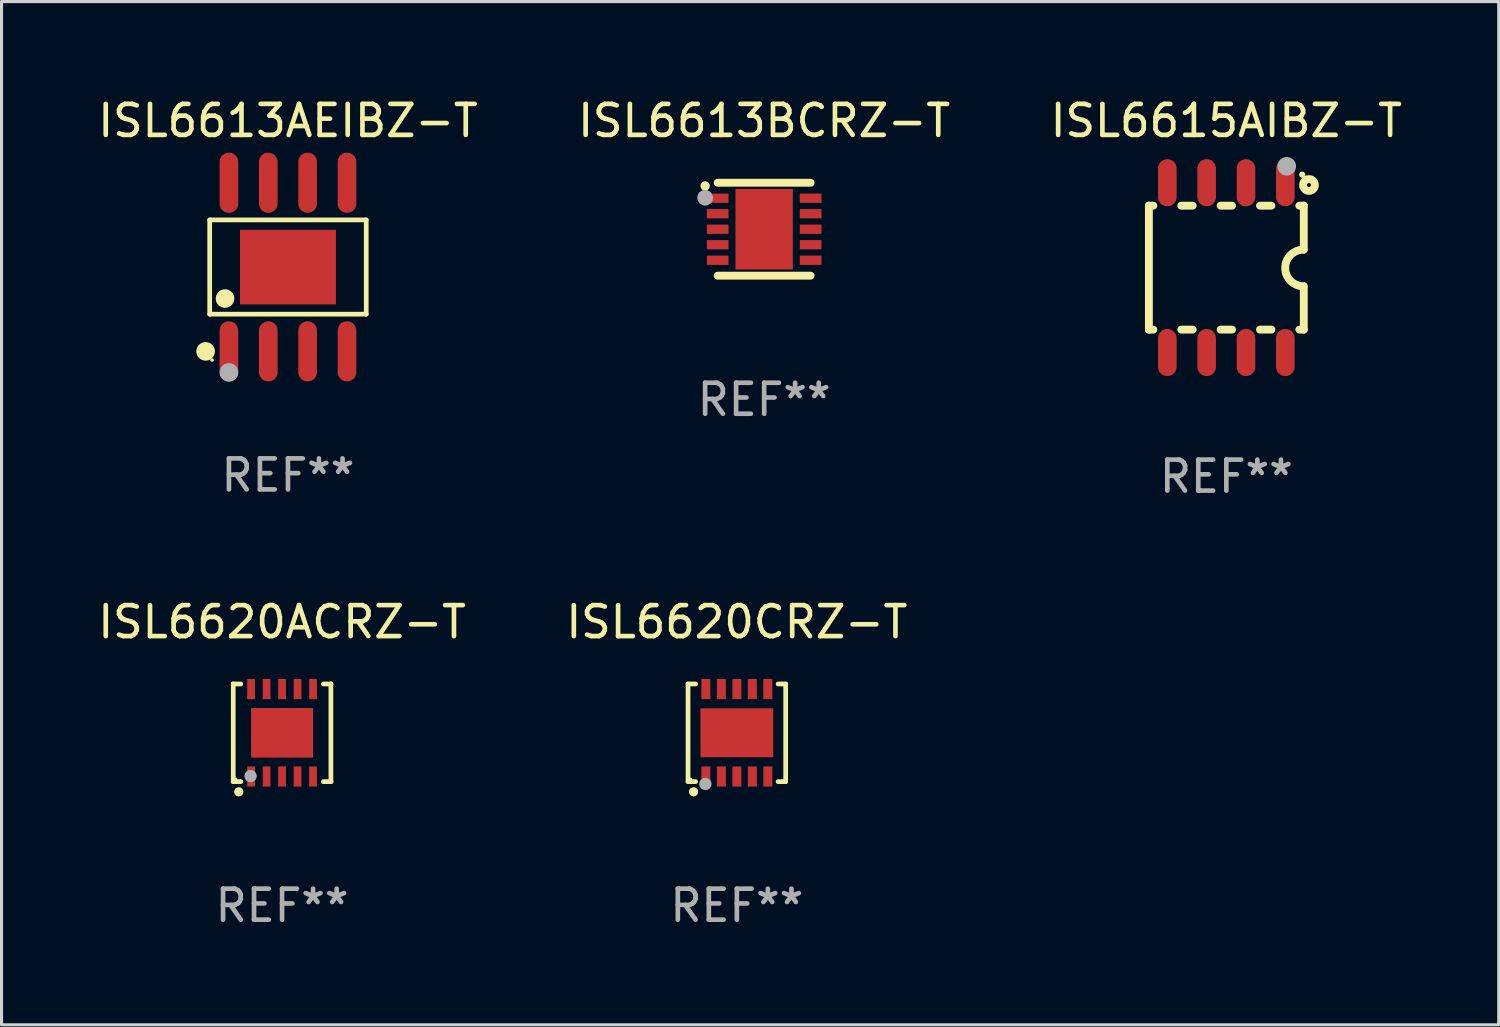
<source format=kicad_pcb>
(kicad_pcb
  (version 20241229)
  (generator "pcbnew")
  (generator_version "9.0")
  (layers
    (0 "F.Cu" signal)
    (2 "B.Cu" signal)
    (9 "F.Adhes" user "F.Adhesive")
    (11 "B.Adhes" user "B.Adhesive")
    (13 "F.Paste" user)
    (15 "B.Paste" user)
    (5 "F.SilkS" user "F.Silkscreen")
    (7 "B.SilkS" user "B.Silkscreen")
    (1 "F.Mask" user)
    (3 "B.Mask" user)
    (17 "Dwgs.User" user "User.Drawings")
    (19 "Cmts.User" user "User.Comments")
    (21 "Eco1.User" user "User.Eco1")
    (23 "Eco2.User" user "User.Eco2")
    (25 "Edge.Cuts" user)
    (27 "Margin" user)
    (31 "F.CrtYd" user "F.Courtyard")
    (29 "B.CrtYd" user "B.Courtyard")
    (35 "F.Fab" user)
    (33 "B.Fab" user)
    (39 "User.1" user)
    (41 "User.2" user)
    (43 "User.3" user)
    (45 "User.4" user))
  (footprint "ISL6620CRZ-T"
    (layer "F.Cu")
    (at 20.732 20.601)
    (property "Reference" "ISL6620CRZ-T" (at 0 -3.576 0) (layer "F.SilkS") (effects (font (size 1 1) (thickness 0.15))))
    (attr through_hole)
    (fp_line (start -1.576 -1.576) (end -1.331 -1.576) (stroke (width 0.152) (type solid)) (layer "F.SilkS"))
    (fp_line (start -1.576 1.576) (end -1.576 -1.576) (stroke (width 0.152) (type solid)) (layer "F.SilkS"))
    (fp_line (start -1.331 1.576) (end -1.576 1.576) (stroke (width 0.152) (type solid)) (layer "F.SilkS"))
    (fp_line (start 1.331 1.576) (end 1.576 1.576) (stroke (width 0.152) (type solid)) (layer "F.SilkS"))
    (fp_line (start 1.576 -1.576) (end 1.331 -1.576) (stroke (width 0.152) (type solid)) (layer "F.SilkS"))
    (fp_line (start 1.576 1.576) (end 1.576 -1.576) (stroke (width 0.152) (type solid)) (layer "F.SilkS"))
    (fp_circle (center -1.5 1.5) (end -1.47 1.5) (stroke (width 0.06) (type solid)) (fill no) (layer "F.SilkS"))
    (fp_circle (center -1.397 1.905) (end -1.322 1.905) (stroke (width 0.15) (type solid)) (fill no) (layer "F.SilkS"))
    (fp_circle (center -1.016 1.651) (end -0.916 1.651) (stroke (width 0.2) (type solid)) (fill no) (layer "F.Fab"))
    (fp_text user "REF**" (at 0 5.576 0) (layer "F.Fab") (effects (font (size 1 1) (thickness 0.15))))
    (pad "1" smd rect (at -1 1.411) (size 0.29 0.65) (layers "F.Cu" "F.Mask" "F.Paste"))
    (pad "2" smd rect (at -0.5 1.411) (size 0.29 0.65) (layers "F.Cu" "F.Mask" "F.Paste"))
    (pad "3" smd rect (at 0 1.411) (size 0.29 0.65) (layers "F.Cu" "F.Mask" "F.Paste"))
    (pad "4" smd rect (at 0.5 1.411) (size 0.29 0.65) (layers "F.Cu" "F.Mask" "F.Paste"))
    (pad "5" smd rect (at 1 1.411) (size 0.29 0.65) (layers "F.Cu" "F.Mask" "F.Paste"))
    (pad "6" smd rect (at 1 -1.411) (size 0.29 0.65) (layers "F.Cu" "F.Mask" "F.Paste"))
    (pad "7" smd rect (at 0.5 -1.411) (size 0.29 0.65) (layers "F.Cu" "F.Mask" "F.Paste"))
    (pad "8" smd rect (at 0 -1.411) (size 0.29 0.65) (layers "F.Cu" "F.Mask" "F.Paste"))
    (pad "9" smd rect (at -0.5 -1.411) (size 0.29 0.65) (layers "F.Cu" "F.Mask" "F.Paste"))
    (pad "10" smd rect (at -1 -1.411) (size 0.29 0.65) (layers "F.Cu" "F.Mask" "F.Paste"))
    (pad "11" smd rect (at 0 0) (size 2.35 1.58) (layers "F.Cu" "F.Mask" "F.Paste")))
  (footprint "ISL6615AIBZ-T"
    (layer "F.Cu")
    (at 36.53 5.588)
    (property "Reference" "ISL6615AIBZ-T" (at 0 -4.74 0) (layer "F.SilkS") (effects (font (size 1 1) (thickness 0.15))))
    (attr through_hole)
    (fp_line (start -2.5 2) (end -2.5 -2) (stroke (width 0.254) (type solid)) (layer "F.SilkS"))
    (fp_line (start -2.356 -2) (end -2.5 -2) (stroke (width 0.254) (type solid)) (layer "F.SilkS"))
    (fp_line (start -2.356 2) (end -2.5 2) (stroke (width 0.254) (type solid)) (layer "F.SilkS"))
    (fp_line (start -1.086 -2) (end -1.454 -2) (stroke (width 0.254) (type solid)) (layer "F.SilkS"))
    (fp_line (start -1.086 2) (end -1.454 2) (stroke (width 0.254) (type solid)) (layer "F.SilkS"))
    (fp_line (start 0.184 -2) (end -0.184 -2) (stroke (width 0.254) (type solid)) (layer "F.SilkS"))
    (fp_line (start 0.184 2) (end -0.184 2) (stroke (width 0.254) (type solid)) (layer "F.SilkS"))
    (fp_line (start 1.454 -2) (end 1.086 -2) (stroke (width 0.254) (type solid)) (layer "F.SilkS"))
    (fp_line (start 1.454 2) (end 1.086 2) (stroke (width 0.254) (type solid)) (layer "F.SilkS"))
    (fp_line (start 2.5 -2) (end 2.356 -2) (stroke (width 0.254) (type solid)) (layer "F.SilkS"))
    (fp_line (start 2.5 -0.58) (end 2.5 -2) (stroke (width 0.254) (type solid)) (layer "F.SilkS"))
    (fp_line (start 2.5 2) (end 2.356 2) (stroke (width 0.254) (type solid)) (layer "F.SilkS"))
    (fp_line (start 2.5 2) (end 2.5 0.6) (stroke (width 0.254) (type solid)) (layer "F.SilkS"))
    (fp_arc (start 2.489992 0.600051) (mid 1.901674 0.010046) (end 2.489992 -0.579959) (stroke (width 0.254001) (type solid)) (layer "F.SilkS"))
    (fp_circle (center 2.45 -3) (end 2.5 -3) (stroke (width 0.1) (type solid)) (fill no) (layer "F.SilkS"))
    (fp_circle (center 2.667 -2.667) (end 2.858 -2.667) (stroke (width 0.254) (type solid)) (fill no) (layer "F.SilkS"))
    (fp_circle (center 1.95 -3.27) (end 2.1 -3.27) (stroke (width 0.3) (type solid)) (fill no) (layer "F.Fab"))
    (fp_text user "REF**" (at 0 6.74 0) (layer "F.Fab") (effects (font (size 1 1) (thickness 0.15))))
    (pad "1" smd oval (at 1.905 -2.74) (size 0.6 1.52) (layers "F.Cu" "F.Mask" "F.Paste"))
    (pad "2" smd oval (at 0.635 -2.74) (size 0.6 1.52) (layers "F.Cu" "F.Mask" "F.Paste"))
    (pad "3" smd oval (at -0.635 -2.74) (size 0.6 1.52) (layers "F.Cu" "F.Mask" "F.Paste"))
    (pad "4" smd oval (at -1.905 -2.74) (size 0.6 1.52) (layers "F.Cu" "F.Mask" "F.Paste"))
    (pad "5" smd oval (at -1.905 2.74) (size 0.6 1.52) (layers "F.Cu" "F.Mask" "F.Paste"))
    (pad "6" smd oval (at -0.635 2.74) (size 0.6 1.52) (layers "F.Cu" "F.Mask" "F.Paste"))
    (pad "7" smd oval (at 0.635 2.74) (size 0.6 1.52) (layers "F.Cu" "F.Mask" "F.Paste"))
    (pad "8" smd oval (at 1.905 2.74) (size 0.6 1.52) (layers "F.Cu" "F.Mask" "F.Paste")))
  (footprint "ISL6613AEIBZ-T"
    (layer "F.Cu")
    (at 6.244 5.569)
    (property "Reference" "ISL6613AEIBZ-T" (at 0 -4.721 0) (layer "F.SilkS") (effects (font (size 1 1) (thickness 0.15))))
    (attr through_hole)
    (fp_line (start -2.526 -1.521) (end 2.526 -1.521) (stroke (width 0.152) (type solid)) (layer "F.SilkS"))
    (fp_line (start -2.526 1.521) (end -2.526 -1.521) (stroke (width 0.152) (type solid)) (layer "F.SilkS"))
    (fp_line (start 2.526 -1.521) (end 2.526 1.521) (stroke (width 0.152) (type solid)) (layer "F.SilkS"))
    (fp_line (start 2.526 1.521) (end -2.526 1.521) (stroke (width 0.152) (type solid)) (layer "F.SilkS"))
    (fp_circle (center -2.658 2.721) (end -2.508 2.721) (stroke (width 0.3) (type solid)) (fill no) (layer "F.SilkS"))
    (fp_circle (center -2.45 3) (end -2.42 3) (stroke (width 0.06) (type solid)) (fill no) (layer "F.SilkS"))
    (fp_circle (center -2.032 1.016) (end -1.882 1.016) (stroke (width 0.3) (type solid)) (fill no) (layer "F.SilkS"))
    (fp_circle (center -1.905 3.4) (end -1.755 3.4) (stroke (width 0.3) (type solid)) (fill no) (layer "F.Fab"))
    (fp_text user "REF**" (at 0 6.721 0) (layer "F.Fab") (effects (font (size 1 1) (thickness 0.15))))
    (pad "1" smd oval (at -1.905 2.721) (size 0.602 1.941) (layers "F.Cu" "F.Mask" "F.Paste"))
    (pad "2" smd oval (at -0.635 2.721) (size 0.602 1.941) (layers "F.Cu" "F.Mask" "F.Paste"))
    (pad "3" smd oval (at 0.635 2.721) (size 0.602 1.941) (layers "F.Cu" "F.Mask" "F.Paste"))
    (pad "4" smd oval (at 1.905 2.721) (size 0.602 1.941) (layers "F.Cu" "F.Mask" "F.Paste"))
    (pad "5" smd oval (at 1.905 -2.721) (size 0.602 1.941) (layers "F.Cu" "F.Mask" "F.Paste"))
    (pad "6" smd oval (at 0.635 -2.721) (size 0.602 1.941) (layers "F.Cu" "F.Mask" "F.Paste"))
    (pad "7" smd oval (at -0.635 -2.721) (size 0.602 1.941) (layers "F.Cu" "F.Mask" "F.Paste"))
    (pad "8" smd oval (at -1.905 -2.721) (size 0.602 1.941) (layers "F.Cu" "F.Mask" "F.Paste"))
    (pad "9" smd rect (at 0 0) (size 3.098 2.41) (layers "F.Cu" "F.Mask" "F.Paste")))
  (footprint "ISL6613BCRZ-T"
    (layer "F.Cu")
    (at 21.613 4.348)
    (property "Reference" "ISL6613BCRZ-T" (at 0 -3.5 0) (layer "F.SilkS") (effects (font (size 1 1) (thickness 0.15))))
    (attr through_hole)
    (fp_line (start -1.5 -1.5) (end 1.5 -1.5) (stroke (width 0.254) (type solid)) (layer "F.SilkS"))
    (fp_line (start -1.5 1.5) (end 1.5 1.5) (stroke (width 0.254) (type solid)) (layer "F.SilkS"))
    (fp_arc (start -1.905029 -1.395707) (mid -1.905035 -1.396977) (end -1.905029 -1.398247) (stroke (width 0.3) (type solid)) (layer "F.SilkS"))
    (fp_circle (center -1.55 -1.5) (end -1.52 -1.5) (stroke (width 0.06) (type solid)) (fill no) (layer "F.SilkS"))
    (fp_circle (center -1.905 -1.016) (end -1.778 -1.016) (stroke (width 0.254) (type solid)) (fill no) (layer "F.Fab"))
    (fp_text user "REF**" (at 0 5.5 0) (layer "F.Fab") (effects (font (size 1 1) (thickness 0.15))))
    (pad "1" smd rect (at -1.5 -1.001 270) (size 0.3 0.7) (layers "F.Cu" "F.Mask" "F.Paste"))
    (pad "2" smd rect (at -1.5 -0.5 270) (size 0.3 0.7) (layers "F.Cu" "F.Mask" "F.Paste"))
    (pad "3" smd rect (at -1.5 -0.000102 270) (size 0.3 0.7) (layers "F.Cu" "F.Mask" "F.Paste"))
    (pad "4" smd rect (at -1.5 0.5 270) (size 0.3 0.7) (layers "F.Cu" "F.Mask" "F.Paste"))
    (pad "5" smd rect (at -1.5 1.001 270) (size 0.3 0.7) (layers "F.Cu" "F.Mask" "F.Paste"))
    (pad "6" smd rect (at 1.5 1.001 270) (size 0.3 0.7) (layers "F.Cu" "F.Mask" "F.Paste"))
    (pad "7" smd rect (at 1.5 0.5 270) (size 0.3 0.7) (layers "F.Cu" "F.Mask" "F.Paste"))
    (pad "8" smd rect (at 1.5 -0.000102 270) (size 0.3 0.7) (layers "F.Cu" "F.Mask" "F.Paste"))
    (pad "9" smd rect (at 1.5 -0.5 270) (size 0.3 0.7) (layers "F.Cu" "F.Mask" "F.Paste"))
    (pad "10" smd rect (at 1.5 -1.001 270) (size 0.3 0.7) (layers "F.Cu" "F.Mask" "F.Paste"))
    (pad "11" smd rect (at -0.000102 -0.000102) (size 1.85 2.6) (layers "F.Cu" "F.Mask" "F.Paste")))
  (footprint "ISL6620ACRZ-T"
    (layer "F.Cu")
    (at 6.054 20.601)
    (property "Reference" "ISL6620ACRZ-T" (at 0 -3.576 0) (layer "F.SilkS") (effects (font (size 1 1) (thickness 0.15))))
    (attr through_hole)
    (fp_line (start -1.576 -1.576) (end -1.576 -1.576) (stroke (width 0.152) (type solid)) (layer "F.SilkS"))
    (fp_line (start -1.576 -1.576) (end -1.331 -1.576) (stroke (width 0.152) (type solid)) (layer "F.SilkS"))
    (fp_line (start -1.576 1.576) (end -1.576 -1.576) (stroke (width 0.152) (type solid)) (layer "F.SilkS"))
    (fp_line (start -1.576 1.576) (end -1.576 1.576) (stroke (width 0.152) (type solid)) (layer "F.SilkS"))
    (fp_line (start -1.331 1.576) (end -1.576 1.576) (stroke (width 0.152) (type solid)) (layer "F.SilkS"))
    (fp_line (start 1.331 1.576) (end 1.576 1.576) (stroke (width 0.152) (type solid)) (layer "F.SilkS"))
    (fp_line (start 1.576 -1.576) (end 1.331 -1.576) (stroke (width 0.152) (type solid)) (layer "F.SilkS"))
    (fp_line (start 1.576 -1.576) (end 1.576 -1.576) (stroke (width 0.152) (type solid)) (layer "F.SilkS"))
    (fp_line (start 1.576 1.576) (end 1.576 -1.576) (stroke (width 0.152) (type solid)) (layer "F.SilkS"))
    (fp_line (start 1.576 1.576) (end 1.576 1.576) (stroke (width 0.152) (type solid)) (layer "F.SilkS"))
    (fp_circle (center -1.5 1.5) (end -1.47 1.5) (stroke (width 0.06) (type solid)) (fill no) (layer "F.SilkS"))
    (fp_circle (center -1.397 1.905) (end -1.322 1.905) (stroke (width 0.15) (type solid)) (fill no) (layer "F.SilkS"))
    (fp_circle (center -1.016 1.397) (end -0.916 1.397) (stroke (width 0.2) (type solid)) (fill no) (layer "F.Fab"))
    (fp_text user "REF**" (at 0 5.576 0) (layer "F.Fab") (effects (font (size 1 1) (thickness 0.15))))
    (pad "1" smd rect (at -1 1.411) (size 0.25 0.65) (layers "F.Cu" "F.Mask" "F.Paste"))
    (pad "2" smd rect (at -0.5 1.411) (size 0.25 0.65) (layers "F.Cu" "F.Mask" "F.Paste"))
    (pad "3" smd rect (at 0 1.411) (size 0.25 0.65) (layers "F.Cu" "F.Mask" "F.Paste"))
    (pad "4" smd rect (at 0.5 1.411) (size 0.25 0.65) (layers "F.Cu" "F.Mask" "F.Paste"))
    (pad "5" smd rect (at 1 1.411) (size 0.25 0.65) (layers "F.Cu" "F.Mask" "F.Paste"))
    (pad "6" smd rect (at 1 -1.411) (size 0.25 0.65) (layers "F.Cu" "F.Mask" "F.Paste"))
    (pad "7" smd rect (at 0.5 -1.411) (size 0.25 0.65) (layers "F.Cu" "F.Mask" "F.Paste"))
    (pad "8" smd rect (at 0 -1.411) (size 0.25 0.65) (layers "F.Cu" "F.Mask" "F.Paste"))
    (pad "9" smd rect (at -0.5 -1.411) (size 0.25 0.65) (layers "F.Cu" "F.Mask" "F.Paste"))
    (pad "10" smd rect (at -1 -1.411) (size 0.25 0.65) (layers "F.Cu" "F.Mask" "F.Paste"))
    (pad "11" smd rect (at 0 0) (size 2 1.6) (layers "F.Cu" "F.Mask" "F.Paste")))
  (gr_rect
    (start -3 -3)
    (end 45.321 30.025)
    (stroke (width 0.1) (type default))
    (fill no)
    (layer "Edge.Cuts")))
</source>
